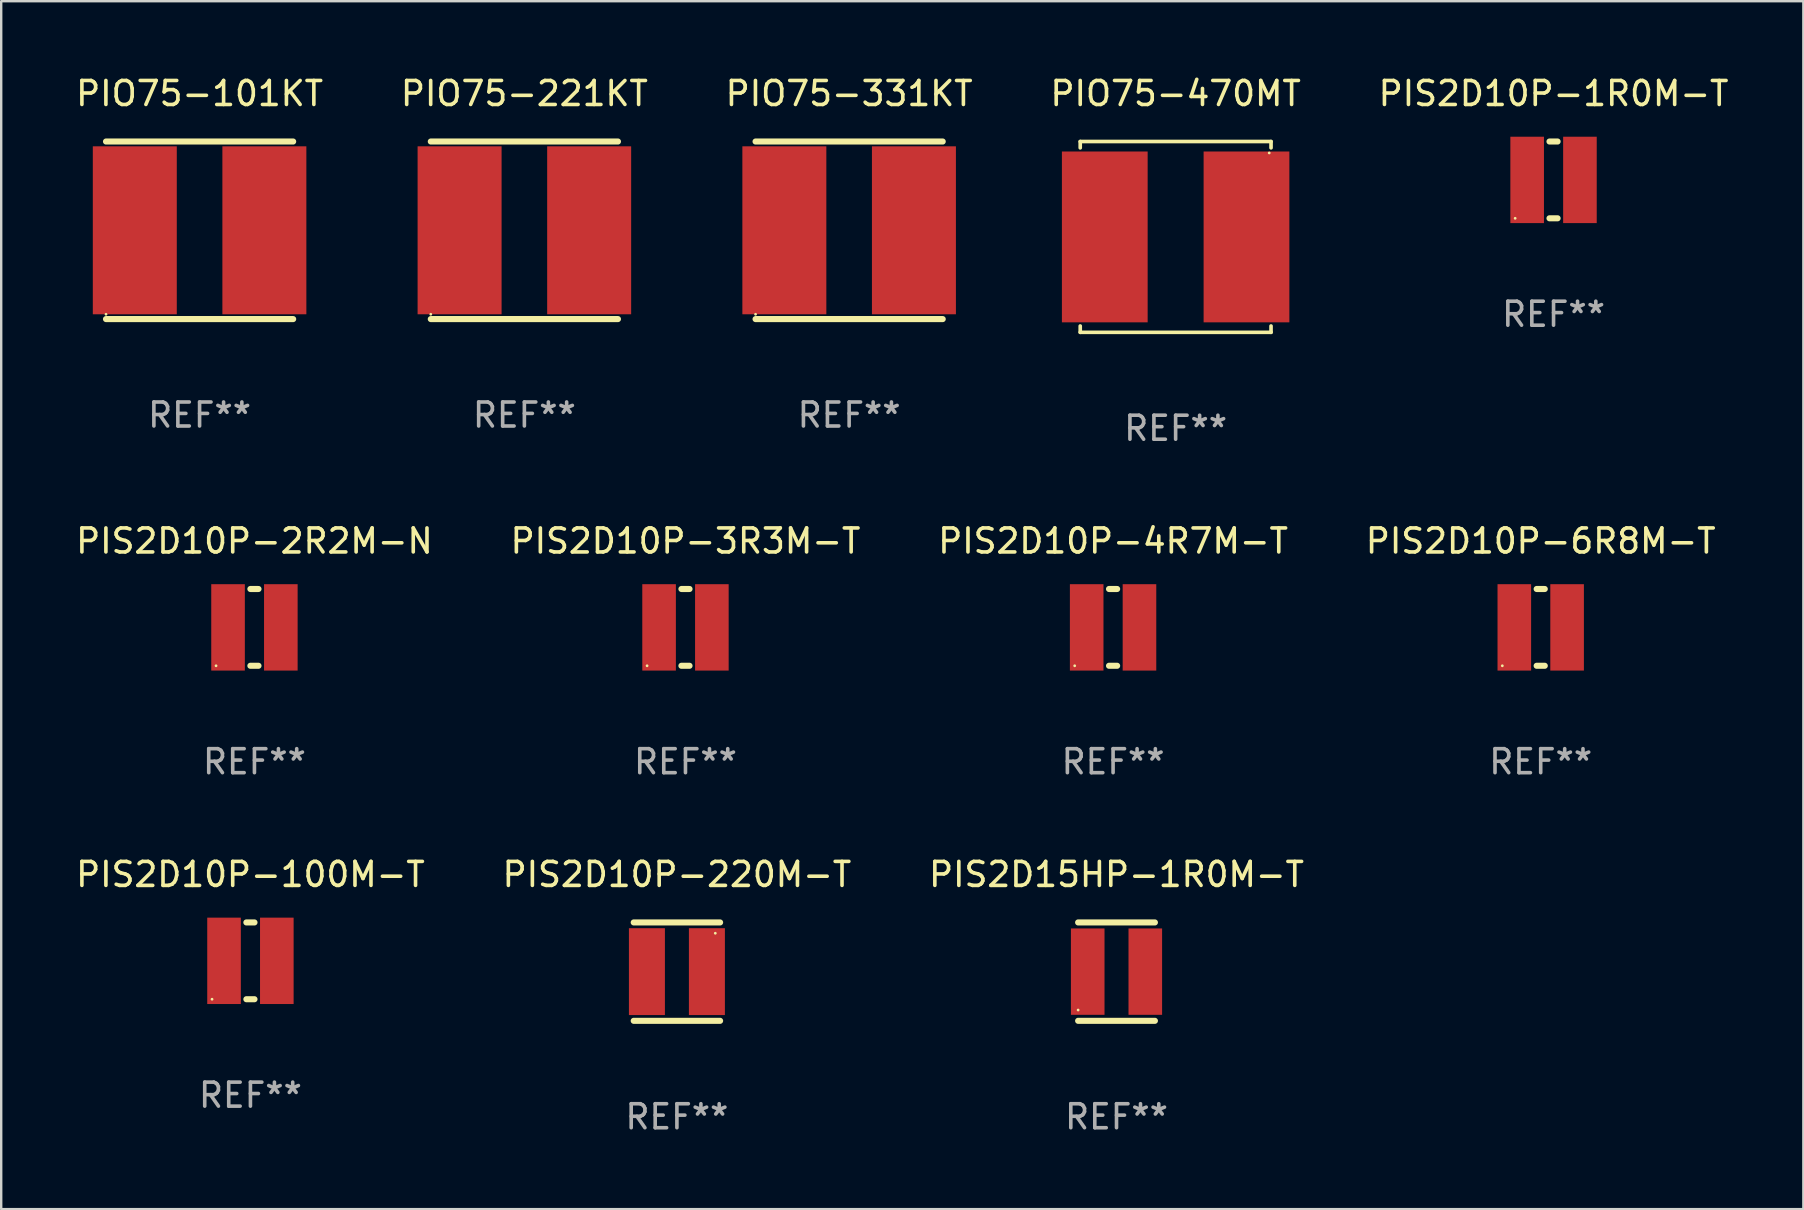
<source format=kicad_pcb>
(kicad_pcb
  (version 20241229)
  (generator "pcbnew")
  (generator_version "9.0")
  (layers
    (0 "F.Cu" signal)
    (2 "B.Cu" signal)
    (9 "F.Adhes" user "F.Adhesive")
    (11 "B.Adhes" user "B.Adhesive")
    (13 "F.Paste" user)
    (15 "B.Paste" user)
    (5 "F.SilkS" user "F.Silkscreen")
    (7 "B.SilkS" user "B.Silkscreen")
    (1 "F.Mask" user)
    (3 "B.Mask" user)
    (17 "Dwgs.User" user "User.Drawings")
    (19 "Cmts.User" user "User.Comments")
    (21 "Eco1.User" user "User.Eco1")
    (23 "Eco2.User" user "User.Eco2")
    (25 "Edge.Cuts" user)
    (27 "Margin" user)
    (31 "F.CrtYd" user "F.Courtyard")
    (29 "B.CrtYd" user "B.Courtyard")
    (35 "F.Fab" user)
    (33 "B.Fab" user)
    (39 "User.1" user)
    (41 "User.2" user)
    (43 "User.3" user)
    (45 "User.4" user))
  (footprint "PIS2D10P-100M-T"
    (layer "F.Cu")
    (at 7.387 36.994)
    (property "Reference" "PIS2D10P-100M-T" (at 0 -3.6 0) (layer "F.SilkS") (effects (font (size 1 1) (thickness 0.15))))
    (attr through_hole)
    (fp_line (start -0.169 -1.6) (end 0.169 -1.6) (stroke (width 0.254) (type solid)) (layer "F.SilkS"))
    (fp_line (start -0.169 1.6) (end 0.169 1.6) (stroke (width 0.254) (type solid)) (layer "F.SilkS"))
    (fp_circle (center -1.6 1.6) (end -1.57 1.6) (stroke (width 0.06) (type solid)) (fill no) (layer "F.SilkS"))
    (fp_text user "REF**" (at 0 5.6 0) (layer "F.Fab") (effects (font (size 1 1) (thickness 0.15))))
    (pad "1" smd rect (at -1.1 0) (size 1.4 3.6) (layers "F.Cu" "F.Mask" "F.Paste"))
    (pad "2" smd rect (at 1.1 0) (size 1.4 3.6) (layers "F.Cu" "F.Mask" "F.Paste")))
  (footprint "PIO75-221KT"
    (layer "F.Cu")
    (at 18.804 6.548)
    (property "Reference" "PIO75-221KT" (at 0 -5.7 0) (layer "F.SilkS") (effects (font (size 1 1) (thickness 0.15))))
    (attr through_hole)
    (fp_line (start -3.9 -3.7) (end 3.9 -3.7) (stroke (width 0.254) (type solid)) (layer "F.SilkS"))
    (fp_line (start -3.9 3.7) (end 3.9 3.7) (stroke (width 0.254) (type solid)) (layer "F.SilkS"))
    (fp_circle (center -3.9 3.5) (end -3.87 3.5) (stroke (width 0.06) (type solid)) (fill no) (layer "F.SilkS"))
    (fp_text user "REF**" (at 0 7.7 0) (layer "F.Fab") (effects (font (size 1 1) (thickness 0.15))))
    (pad "1" smd rect (at -2.7 0) (size 3.5 7) (layers "F.Cu" "F.Mask" "F.Paste"))
    (pad "2" smd rect (at 2.7 0) (size 3.5 7) (layers "F.Cu" "F.Mask" "F.Paste")))
  (footprint "PIO75-331KT"
    (layer "F.Cu")
    (at 32.339 6.548)
    (property "Reference" "PIO75-331KT" (at 0 -5.7 0) (layer "F.SilkS") (effects (font (size 1 1) (thickness 0.15))))
    (attr through_hole)
    (fp_line (start -3.9 -3.7) (end 3.9 -3.7) (stroke (width 0.254) (type solid)) (layer "F.SilkS"))
    (fp_line (start -3.9 3.7) (end 3.9 3.7) (stroke (width 0.254) (type solid)) (layer "F.SilkS"))
    (fp_circle (center -3.9 3.5) (end -3.87 3.5) (stroke (width 0.06) (type solid)) (fill no) (layer "F.SilkS"))
    (fp_text user "REF**" (at 0 7.7 0) (layer "F.Fab") (effects (font (size 1 1) (thickness 0.15))))
    (pad "1" smd rect (at -2.7 0) (size 3.5 7) (layers "F.Cu" "F.Mask" "F.Paste"))
    (pad "2" smd rect (at 2.7 0) (size 3.5 7) (layers "F.Cu" "F.Mask" "F.Paste")))
  (footprint "PIS2D10P-2R2M-N"
    (layer "F.Cu")
    (at 7.554 23.097)
    (property "Reference" "PIS2D10P-2R2M-N" (at 0 -3.6 0) (layer "F.SilkS") (effects (font (size 1 1) (thickness 0.15))))
    (attr through_hole)
    (fp_line (start -0.169 -1.6) (end 0.169 -1.6) (stroke (width 0.254) (type solid)) (layer "F.SilkS"))
    (fp_line (start -0.169 1.6) (end 0.169 1.6) (stroke (width 0.254) (type solid)) (layer "F.SilkS"))
    (fp_circle (center -1.6 1.6) (end -1.57 1.6) (stroke (width 0.06) (type solid)) (fill no) (layer "F.SilkS"))
    (fp_text user "REF**" (at 0 5.6 0) (layer "F.Fab") (effects (font (size 1 1) (thickness 0.15))))
    (pad "1" smd rect (at -1.1 0) (size 1.4 3.6) (layers "F.Cu" "F.Mask" "F.Paste"))
    (pad "2" smd rect (at 1.1 0) (size 1.4 3.6) (layers "F.Cu" "F.Mask" "F.Paste")))
  (footprint "PIO75-101KT"
    (layer "F.Cu")
    (at 5.268 6.548)
    (property "Reference" "PIO75-101KT" (at 0 -5.7 0) (layer "F.SilkS") (effects (font (size 1 1) (thickness 0.15))))
    (attr through_hole)
    (fp_line (start -3.9 -3.7) (end 3.9 -3.7) (stroke (width 0.254) (type solid)) (layer "F.SilkS"))
    (fp_line (start -3.9 3.7) (end 3.9 3.7) (stroke (width 0.254) (type solid)) (layer "F.SilkS"))
    (fp_circle (center -3.9 3.5) (end -3.87 3.5) (stroke (width 0.06) (type solid)) (fill no) (layer "F.SilkS"))
    (fp_text user "REF**" (at 0 7.7 0) (layer "F.Fab") (effects (font (size 1 1) (thickness 0.15))))
    (pad "1" smd rect (at -2.7 0) (size 3.5 7) (layers "F.Cu" "F.Mask" "F.Paste"))
    (pad "2" smd rect (at 2.7 0) (size 3.5 7) (layers "F.Cu" "F.Mask" "F.Paste")))
  (footprint "PIO75-470MT"
    (layer "F.Cu")
    (at 45.946 6.824)
    (property "Reference" "PIO75-470MT" (at 0 -5.976 0) (layer "F.SilkS") (effects (font (size 1 1) (thickness 0.15))))
    (attr through_hole)
    (fp_line (start -3.976 -3.976) (end 3.976 -3.976) (stroke (width 0.152) (type solid)) (layer "F.SilkS"))
    (fp_line (start -3.976 -3.712) (end -3.976 -3.976) (stroke (width 0.152) (type solid)) (layer "F.SilkS"))
    (fp_line (start -3.976 3.712) (end -3.976 3.976) (stroke (width 0.152) (type solid)) (layer "F.SilkS"))
    (fp_line (start -3.976 3.976) (end 3.976 3.976) (stroke (width 0.152) (type solid)) (layer "F.SilkS"))
    (fp_line (start 3.976 -3.976) (end 3.976 -3.712) (stroke (width 0.152) (type solid)) (layer "F.SilkS"))
    (fp_line (start 3.976 3.976) (end 3.976 3.712) (stroke (width 0.152) (type solid)) (layer "F.SilkS"))
    (fp_circle (center 3.9 -3.5) (end 3.93 -3.5) (stroke (width 0.06) (type solid)) (fill no) (layer "F.SilkS"))
    (fp_text user "REF**" (at 0 7.976 0) (layer "F.Fab") (effects (font (size 1 1) (thickness 0.15))))
    (pad "1" smd rect (at 2.953 0) (size 3.574 7.12) (layers "F.Cu" "F.Mask" "F.Paste"))
    (pad "2" smd rect (at -2.953 0) (size 3.574 7.12) (layers "F.Cu" "F.Mask" "F.Paste")))
  (footprint "PIS2D10P-4R7M-T"
    (layer "F.Cu")
    (at 43.339 23.097)
    (property "Reference" "PIS2D10P-4R7M-T" (at 0 -3.6 0) (layer "F.SilkS") (effects (font (size 1 1) (thickness 0.15))))
    (attr through_hole)
    (fp_line (start -0.169 -1.6) (end 0.169 -1.6) (stroke (width 0.254) (type solid)) (layer "F.SilkS"))
    (fp_line (start -0.169 1.6) (end 0.169 1.6) (stroke (width 0.254) (type solid)) (layer "F.SilkS"))
    (fp_circle (center -1.6 1.6) (end -1.57 1.6) (stroke (width 0.06) (type solid)) (fill no) (layer "F.SilkS"))
    (fp_text user "REF**" (at 0 5.6 0) (layer "F.Fab") (effects (font (size 1 1) (thickness 0.15))))
    (pad "1" smd rect (at -1.1 0) (size 1.4 3.6) (layers "F.Cu" "F.Mask" "F.Paste"))
    (pad "2" smd rect (at 1.1 0) (size 1.4 3.6) (layers "F.Cu" "F.Mask" "F.Paste")))
  (footprint "PIS2D10P-220M-T"
    (layer "F.Cu")
    (at 25.161 37.444)
    (property "Reference" "PIS2D10P-220M-T" (at 0 -4.05 0) (layer "F.SilkS") (effects (font (size 1 1) (thickness 0.15))))
    (attr through_hole)
    (fp_line (start -1.8 -2.05) (end 1.8 -2.05) (stroke (width 0.254) (type solid)) (layer "F.SilkS"))
    (fp_line (start 1.8 2.05) (end -1.8 2.05) (stroke (width 0.254) (type solid)) (layer "F.SilkS"))
    (fp_circle (center 1.6 -1.6) (end 1.63 -1.6) (stroke (width 0.06) (type solid)) (fill no) (layer "F.SilkS"))
    (fp_text user "REF**" (at 0 6.05 0) (layer "F.Fab") (effects (font (size 1 1) (thickness 0.15))))
    (pad "1" smd rect (at 1.25 0) (size 1.5 3.62) (layers "F.Cu" "F.Mask" "F.Paste"))
    (pad "2" smd rect (at -1.25 0) (size 1.5 3.62) (layers "F.Cu" "F.Mask" "F.Paste")))
  (footprint "PIS2D15HP-1R0M-T"
    (layer "F.Cu")
    (at 43.482 37.444)
    (property "Reference" "PIS2D15HP-1R0M-T" (at 0 -4.05 0) (layer "F.SilkS") (effects (font (size 1 1) (thickness 0.15))))
    (attr through_hole)
    (fp_line (start -1.6 2.05) (end 1.6 2.05) (stroke (width 0.254) (type solid)) (layer "F.SilkS"))
    (fp_line (start -1.6 -2.05) (end 1.6 -2.05) (stroke (width 0.254) (type solid)) (layer "F.SilkS"))
    (fp_circle (center -1.6 1.6) (end -1.57 1.6) (stroke (width 0.06) (type solid)) (fill no) (layer "F.SilkS"))
    (fp_text user "REF**" (at 0 6.05 0) (layer "F.Fab") (effects (font (size 1 1) (thickness 0.15))))
    (pad "1" smd rect (at -1.2 0 90) (size 3.6 1.4) (layers "F.Cu" "F.Mask" "F.Paste"))
    (pad "2" smd rect (at 1.2 0 90) (size 3.6 1.4) (layers "F.Cu" "F.Mask" "F.Paste")))
  (footprint "PIS2D10P-1R0M-T"
    (layer "F.Cu")
    (at 61.696 4.448)
    (property "Reference" "PIS2D10P-1R0M-T" (at 0 -3.6 0) (layer "F.SilkS") (effects (font (size 1 1) (thickness 0.15))))
    (attr through_hole)
    (fp_line (start -0.169 -1.6) (end 0.169 -1.6) (stroke (width 0.254) (type solid)) (layer "F.SilkS"))
    (fp_line (start -0.169 1.6) (end 0.169 1.6) (stroke (width 0.254) (type solid)) (layer "F.SilkS"))
    (fp_circle (center -1.6 1.6) (end -1.57 1.6) (stroke (width 0.06) (type solid)) (fill no) (layer "F.SilkS"))
    (fp_text user "REF**" (at 0 5.6 0) (layer "F.Fab") (effects (font (size 1 1) (thickness 0.15))))
    (pad "1" smd rect (at -1.1 0) (size 1.4 3.6) (layers "F.Cu" "F.Mask" "F.Paste"))
    (pad "2" smd rect (at 1.1 0) (size 1.4 3.6) (layers "F.Cu" "F.Mask" "F.Paste")))
  (footprint "PIS2D10P-6R8M-T"
    (layer "F.Cu")
    (at 61.161 23.097)
    (property "Reference" "PIS2D10P-6R8M-T" (at 0 -3.6 0) (layer "F.SilkS") (effects (font (size 1 1) (thickness 0.15))))
    (attr through_hole)
    (fp_line (start -0.169 -1.6) (end 0.169 -1.6) (stroke (width 0.254) (type solid)) (layer "F.SilkS"))
    (fp_line (start -0.169 1.6) (end 0.169 1.6) (stroke (width 0.254) (type solid)) (layer "F.SilkS"))
    (fp_circle (center -1.6 1.6) (end -1.57 1.6) (stroke (width 0.06) (type solid)) (fill no) (layer "F.SilkS"))
    (fp_text user "REF**" (at 0 5.6 0) (layer "F.Fab") (effects (font (size 1 1) (thickness 0.15))))
    (pad "1" smd rect (at -1.1 0) (size 1.4 3.6) (layers "F.Cu" "F.Mask" "F.Paste"))
    (pad "2" smd rect (at 1.1 0) (size 1.4 3.6) (layers "F.Cu" "F.Mask" "F.Paste")))
  (footprint "PIS2D10P-3R3M-T"
    (layer "F.Cu")
    (at 25.518 23.097)
    (property "Reference" "PIS2D10P-3R3M-T" (at 0 -3.6 0) (layer "F.SilkS") (effects (font (size 1 1) (thickness 0.15))))
    (attr through_hole)
    (fp_line (start -0.169 -1.6) (end 0.169 -1.6) (stroke (width 0.254) (type solid)) (layer "F.SilkS"))
    (fp_line (start -0.169 1.6) (end 0.169 1.6) (stroke (width 0.254) (type solid)) (layer "F.SilkS"))
    (fp_circle (center -1.6 1.6) (end -1.57 1.6) (stroke (width 0.06) (type solid)) (fill no) (layer "F.SilkS"))
    (fp_text user "REF**" (at 0 5.6 0) (layer "F.Fab") (effects (font (size 1 1) (thickness 0.15))))
    (pad "1" smd rect (at -1.1 0) (size 1.4 3.6) (layers "F.Cu" "F.Mask" "F.Paste"))
    (pad "2" smd rect (at 1.1 0) (size 1.4 3.6) (layers "F.Cu" "F.Mask" "F.Paste")))
  (gr_rect
    (start -3 -3)
    (end 72.107 47.342)
    (stroke (width 0.1) (type default))
    (fill no)
    (layer "Edge.Cuts")))
</source>
